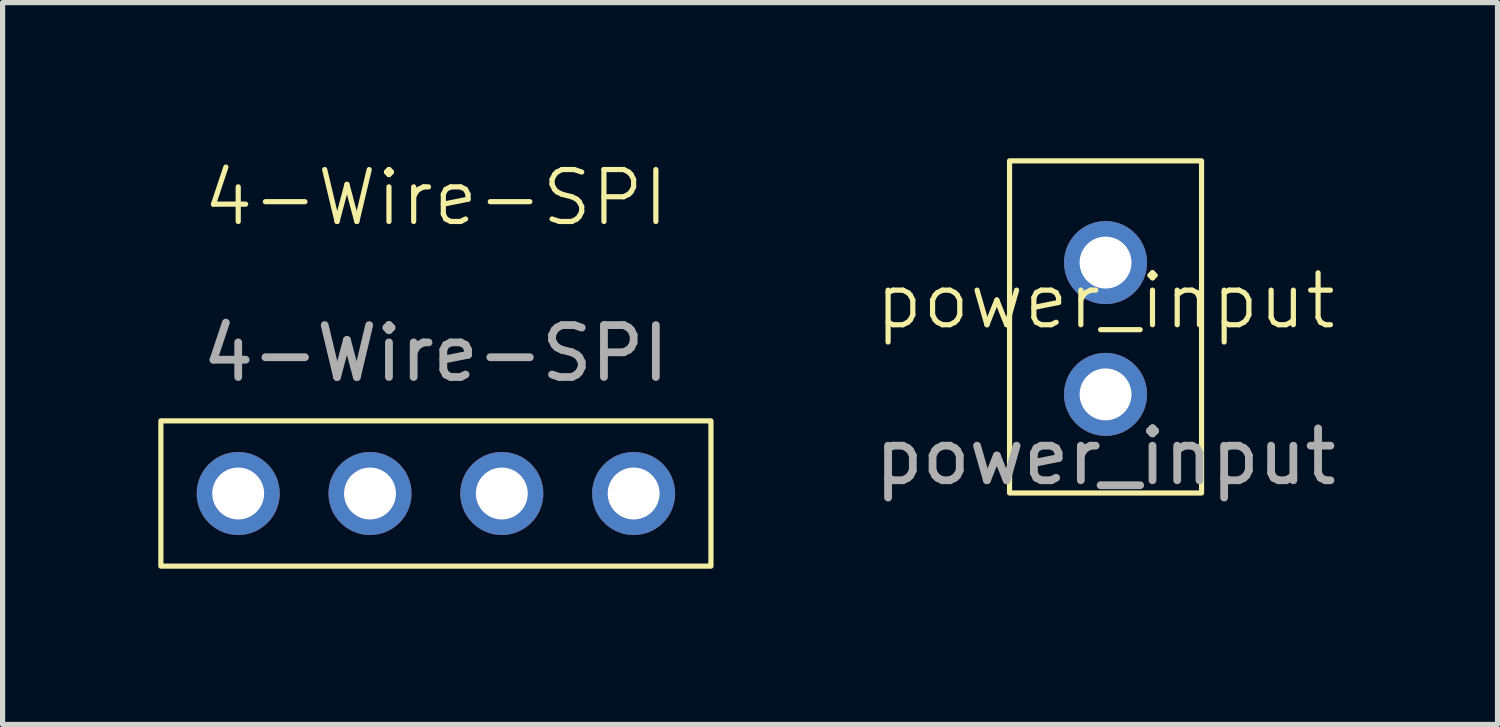
<source format=kicad_pcb>
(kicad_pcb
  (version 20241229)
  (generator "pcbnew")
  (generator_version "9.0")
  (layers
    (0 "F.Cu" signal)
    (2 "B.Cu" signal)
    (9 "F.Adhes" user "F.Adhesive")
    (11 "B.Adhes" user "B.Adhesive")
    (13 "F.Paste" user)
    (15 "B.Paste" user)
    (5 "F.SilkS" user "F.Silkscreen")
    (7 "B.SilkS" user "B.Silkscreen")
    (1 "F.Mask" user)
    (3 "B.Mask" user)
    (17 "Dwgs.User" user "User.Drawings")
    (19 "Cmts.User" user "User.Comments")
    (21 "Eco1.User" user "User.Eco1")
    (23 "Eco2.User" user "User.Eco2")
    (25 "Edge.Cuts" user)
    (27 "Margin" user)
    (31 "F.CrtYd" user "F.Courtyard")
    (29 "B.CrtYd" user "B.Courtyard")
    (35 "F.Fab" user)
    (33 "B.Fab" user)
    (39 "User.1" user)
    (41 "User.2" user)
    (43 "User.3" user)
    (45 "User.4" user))
  (footprint "power_input"
    (layer "F.Cu")
    (at 18.254 3.25)
    (property "Reference" "power_input" (at 0 -0.5 0) (unlocked yes) (layer "F.SilkS") (effects (font (size 1 1) (thickness 0.1))))
    (attr smd)
    (fp_rect (start -1.85 -3.2) (end 1.85 3.2) (stroke (width 0.1) (type default)) (fill no) (layer "F.SilkS"))
    (fp_text user "${REFERENCE}" (at 0 2.5 0) (unlocked yes) (layer "F.Fab") (effects (font (size 1 1) (thickness 0.15))))
    (pad "1" thru_hole circle (at 0 -1.24) (size 1.6 1.6) (drill 1) (layers "*.Cu" "*.Mask"))
    (pad "2" thru_hole circle (at 0 1.3) (size 1.6 1.6) (drill 1) (layers "*.Cu" "*.Mask")))
  (footprint "4-Wire-SPI"
    (layer "F.Cu")
    (at 5.35 6.46)
    (property "Reference" "4-Wire-SPI" (at 0 -5.7 0) (unlocked yes) (layer "F.SilkS") (effects (font (size 1 1) (thickness 0.1))))
    (attr smd)
    (fp_rect (start -5.3 -1.4) (end 5.3 1.4) (stroke (width 0.1) (type default)) (fill no) (layer "F.SilkS"))
    (fp_text user "${REFERENCE}" (at 0 -2.7 0) (unlocked yes) (layer "F.Fab") (effects (font (size 1 1) (thickness 0.15))))
    (pad "10" thru_hole circle (at -3.81 0) (size 1.6 1.6) (drill 1) (layers "*.Cu" "*.Mask"))
    (pad "11" thru_hole circle (at -1.27 0) (size 1.6 1.6) (drill 1) (layers "*.Cu" "*.Mask"))
    (pad "12" thru_hole circle (at 1.27 0) (size 1.6 1.6) (drill 1) (layers "*.Cu" "*.Mask"))
    (pad "13" thru_hole circle (at 3.81 0) (size 1.6 1.6) (drill 1) (layers "*.Cu" "*.Mask")))
  (gr_rect
    (start -3 -3)
    (end 25.807 10.911)
    (stroke (width 0.1) (type default))
    (fill no)
    (layer "Edge.Cuts")))
</source>
